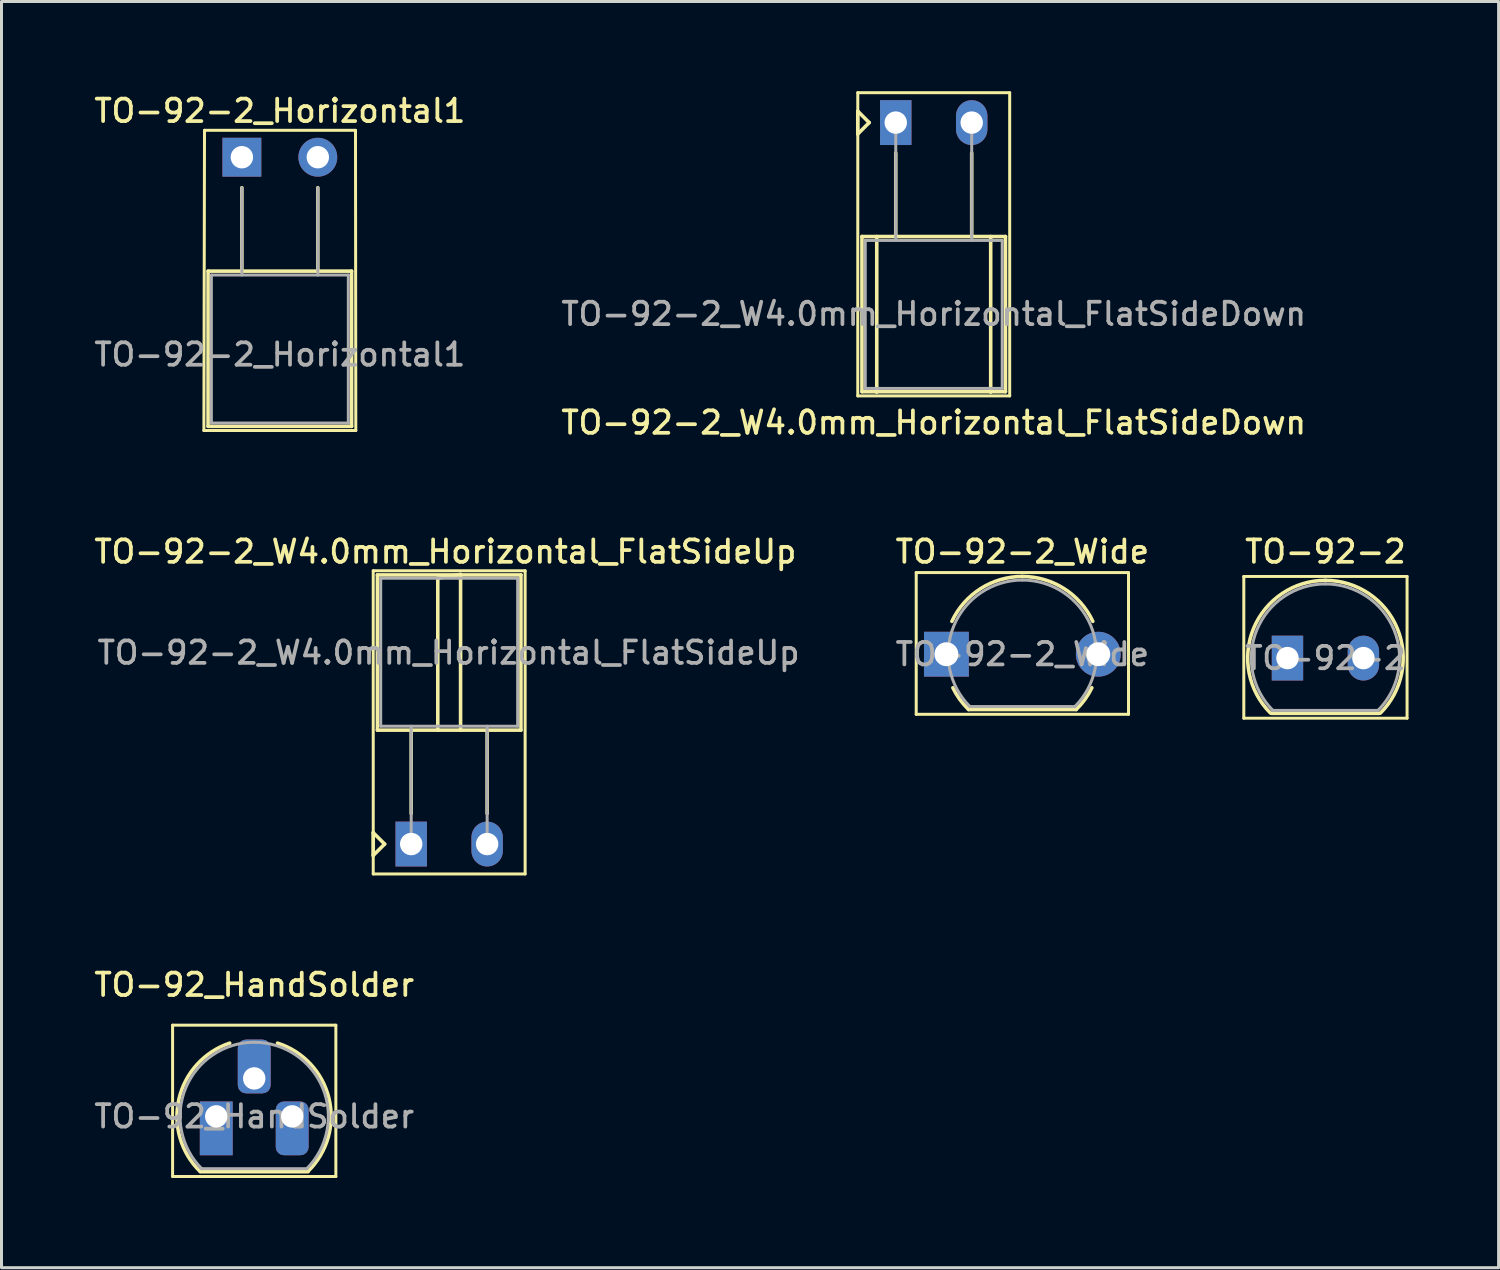
<source format=kicad_pcb>
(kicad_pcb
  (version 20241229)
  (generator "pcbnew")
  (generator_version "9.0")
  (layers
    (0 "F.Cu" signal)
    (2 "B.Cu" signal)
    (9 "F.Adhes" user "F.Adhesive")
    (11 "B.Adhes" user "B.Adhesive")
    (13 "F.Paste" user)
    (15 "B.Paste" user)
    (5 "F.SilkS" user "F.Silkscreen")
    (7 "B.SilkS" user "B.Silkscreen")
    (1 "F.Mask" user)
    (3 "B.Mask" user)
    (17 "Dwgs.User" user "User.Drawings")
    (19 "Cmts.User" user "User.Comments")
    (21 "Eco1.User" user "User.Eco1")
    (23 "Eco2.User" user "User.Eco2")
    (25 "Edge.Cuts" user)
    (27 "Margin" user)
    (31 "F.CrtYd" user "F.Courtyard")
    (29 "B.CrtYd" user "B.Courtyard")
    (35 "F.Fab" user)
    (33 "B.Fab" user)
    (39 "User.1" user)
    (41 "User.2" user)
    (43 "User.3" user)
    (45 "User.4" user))
  (footprint "TO-92-2_Wide"
    (layer "F.Cu")
    (at 28.601 18.829)
    (property "Reference" "TO-92-2_Wide" (at 2.54 -3.43 0) (layer "F.SilkS") (effects (font (size 0.75 0.75) (thickness 0.125))))
    (attr through_hole)
    (fp_line (start -1.01 -2.73) (end -1.01 2.01) (stroke (width 0.1) (type solid)) (layer "F.SilkS"))
    (fp_line (start -1.01 -2.73) (end 6.09 -2.73) (stroke (width 0.1) (type solid)) (layer "F.SilkS"))
    (fp_line (start 0.74 1.85) (end 4.34 1.85) (stroke (width 0.12) (type solid)) (layer "F.SilkS"))
    (fp_line (start 6.09 2.01) (end -1.01 2.01) (stroke (width 0.1) (type solid)) (layer "F.SilkS"))
    (fp_line (start 6.09 2.01) (end 6.09 -2.73) (stroke (width 0.1) (type solid)) (layer "F.SilkS"))
    (fp_arc (start 0.1836 -1.098807) (mid 1.143021 -2.192817) (end 2.54 -2.6) (stroke (width 0.12) (type solid)) (layer "F.SilkS"))
    (fp_arc (start 0.74 1.85) (mid 0.446097 1.509328) (end 0.215816 1.122795) (stroke (width 0.12) (type solid)) (layer "F.SilkS"))
    (fp_arc (start 2.54 -2.6) (mid 3.936979 -2.192818) (end 4.8964 -1.098807) (stroke (width 0.12) (type solid)) (layer "F.SilkS"))
    (fp_arc (start 4.864184 1.122795) (mid 4.633903 1.509328) (end 4.34 1.85) (stroke (width 0.12) (type solid)) (layer "F.SilkS"))
    (fp_line (start 0.8 1.75) (end 4.3 1.75) (stroke (width 0.1) (type solid)) (layer "F.Fab"))
    (fp_arc (start 0.786375 1.753625) (mid 0.248779 -0.949055) (end 2.54 -2.48) (stroke (width 0.1) (type solid)) (layer "F.Fab"))
    (fp_arc (start 2.54 -2.48) (mid 4.831221 -0.949055) (end 4.293625 1.753625) (stroke (width 0.1) (type solid)) (layer "F.Fab"))
    (fp_text user "${REFERENCE}" (at 2.54 0 0) (layer "F.Fab") (effects (font (size 0.75 0.75) (thickness 0.125))))
    (pad "1" thru_hole rect (at 0 0) (size 1.5 1.5) (drill 0.8) (layers "*.Cu" "*.Mask"))
    (pad "2" thru_hole circle (at 5.08 0) (size 1.5 1.5) (drill 0.8) (layers "*.Cu" "*.Mask")))
  (footprint "TO-92-2_W4.0mm_Horizontal_FlatSideUp"
    (layer "F.Cu")
    (at 10.702 25.178)
    (property "Reference" "TO-92-2_W4.0mm_Horizontal_FlatSideUp" (at 1.143 -9.779 0) (layer "F.SilkS") (effects (font (size 0.75 0.75) (thickness 0.125))))
    (attr through_hole)
    (fp_line (start -1.27 -9.14) (end -1.27 1) (stroke (width 0.1) (type solid)) (layer "F.SilkS"))
    (fp_line (start -1.27 -9.14) (end 3.81 -9.14) (stroke (width 0.1) (type solid)) (layer "F.SilkS"))
    (fp_line (start -1.27 -0.381) (end -1.27 0.381) (stroke (width 0.12) (type solid)) (layer "F.SilkS"))
    (fp_line (start -1.27 0.381) (end -0.889 0) (stroke (width 0.12) (type solid)) (layer "F.SilkS"))
    (fp_line (start -1.13 -9) (end -1.13 -3.81) (stroke (width 0.12) (type solid)) (layer "F.SilkS"))
    (fp_line (start -1.13 -3.81) (end 3.67 -3.81) (stroke (width 0.12) (type solid)) (layer "F.SilkS"))
    (fp_line (start -0.889 0) (end -1.27 -0.381) (stroke (width 0.12) (type solid)) (layer "F.SilkS"))
    (fp_line (start 0 -1.02) (end 0 -3.81) (stroke (width 0.12) (type solid)) (layer "F.SilkS"))
    (fp_line (start 0.889 -8.89) (end 1.651 -9.017) (stroke (width 0.12) (type solid)) (layer "F.SilkS"))
    (fp_line (start 0.889 -3.81) (end 0.889 -8.89) (stroke (width 0.12) (type solid)) (layer "F.SilkS"))
    (fp_line (start 1.651 -9.017) (end 1.651 -3.81) (stroke (width 0.12) (type solid)) (layer "F.SilkS"))
    (fp_line (start 2.54 -1.02) (end 2.54 -3.81) (stroke (width 0.12) (type solid)) (layer "F.SilkS"))
    (fp_line (start 3.67 -9) (end -1.13 -9) (stroke (width 0.12) (type solid)) (layer "F.SilkS"))
    (fp_line (start 3.67 -3.81) (end 3.67 -9) (stroke (width 0.12) (type solid)) (layer "F.SilkS"))
    (fp_line (start 3.81 1) (end -1.27 1) (stroke (width 0.1) (type solid)) (layer "F.SilkS"))
    (fp_line (start 3.81 1) (end 3.81 -9.14) (stroke (width 0.1) (type solid)) (layer "F.SilkS"))
    (fp_line (start -1.02 -8.89) (end -1.02 -3.94) (stroke (width 0.1) (type solid)) (layer "F.Fab"))
    (fp_line (start -1.02 -3.94) (end 3.56 -3.94) (stroke (width 0.1) (type solid)) (layer "F.Fab"))
    (fp_line (start 0 -3.94) (end 0 0) (stroke (width 0.1) (type solid)) (layer "F.Fab"))
    (fp_line (start 2.54 -3.94) (end 2.54 0) (stroke (width 0.1) (type solid)) (layer "F.Fab"))
    (fp_line (start 3.56 -8.89) (end -1.02 -8.89) (stroke (width 0.1) (type solid)) (layer "F.Fab"))
    (fp_line (start 3.56 -3.94) (end 3.56 -8.89) (stroke (width 0.1) (type solid)) (layer "F.Fab"))
    (fp_text user "${REFERENCE}" (at 1.25 -6.4 0) (layer "F.Fab") (effects (font (size 0.75 0.75) (thickness 0.125))))
    (pad "1" thru_hole rect (at 0 0) (size 1.05 1.5) (drill 0.75) (layers "*.Cu" "*.Mask"))
    (pad "2" thru_hole oval (at 2.54 0) (size 1.05 1.5) (drill 0.75) (layers "*.Cu" "*.Mask")))
  (footprint "TO-92-2_Horizontal1"
    (layer "F.Cu")
    (at 5.039 2.208)
    (property "Reference" "TO-92-2_Horizontal1" (at 1.27 -1.55 0) (layer "F.SilkS") (effects (font (size 0.75 0.75) (thickness 0.125))))
    (attr through_hole)
    (fp_line (start -1.25 -0.9) (end -1.27 9.14) (stroke (width 0.1) (type solid)) (layer "F.SilkS"))
    (fp_line (start -1.25 -0.9) (end 3.8 -0.9) (stroke (width 0.1) (type solid)) (layer "F.SilkS"))
    (fp_line (start -1.13 3.81) (end 3.67 3.81) (stroke (width 0.12) (type solid)) (layer "F.SilkS"))
    (fp_line (start -1.13 9) (end -1.13 3.81) (stroke (width 0.12) (type solid)) (layer "F.SilkS"))
    (fp_line (start 0 1.02) (end 0 3.81) (stroke (width 0.12) (type solid)) (layer "F.SilkS"))
    (fp_line (start 2.54 1.02) (end 2.54 3.81) (stroke (width 0.12) (type solid)) (layer "F.SilkS"))
    (fp_line (start 3.67 3.81) (end 3.67 9) (stroke (width 0.12) (type solid)) (layer "F.SilkS"))
    (fp_line (start 3.67 9) (end -1.13 9) (stroke (width 0.12) (type solid)) (layer "F.SilkS"))
    (fp_line (start 3.81 9.14) (end -1.27 9.14) (stroke (width 0.1) (type solid)) (layer "F.SilkS"))
    (fp_line (start 3.81 9.14) (end 3.8 -0.9) (stroke (width 0.1) (type solid)) (layer "F.SilkS"))
    (fp_line (start -1.02 3.94) (end 3.56 3.94) (stroke (width 0.1) (type solid)) (layer "F.Fab"))
    (fp_line (start -1.02 8.89) (end -1.02 3.94) (stroke (width 0.1) (type solid)) (layer "F.Fab"))
    (fp_line (start 0 3.94) (end 0 1.02) (stroke (width 0.1) (type solid)) (layer "F.Fab"))
    (fp_line (start 2.54 3.94) (end 2.54 1.02) (stroke (width 0.1) (type solid)) (layer "F.Fab"))
    (fp_line (start 3.56 3.94) (end 3.56 8.89) (stroke (width 0.1) (type solid)) (layer "F.Fab"))
    (fp_line (start 3.56 8.89) (end -1.02 8.89) (stroke (width 0.1) (type solid)) (layer "F.Fab"))
    (fp_text user "${REFERENCE}" (at 1.27 6.6 0) (layer "F.Fab") (effects (font (size 0.75 0.75) (thickness 0.125))))
    (pad "1" thru_hole rect (at 0 0 90) (size 1.3 1.3) (drill 0.75) (layers "*.Cu" "*.Mask"))
    (pad "2" thru_hole circle (at 2.54 0 90) (size 1.3 1.3) (drill 0.75) (layers "*.Cu" "*.Mask")))
  (footprint "TO-92_HandSolder"
    (layer "F.Cu")
    (at 4.182 34.286)
    (property "Reference" "TO-92_HandSolder" (at 1.27 -4.4 0) (layer "F.SilkS") (effects (font (size 0.75 0.75) (thickness 0.125))))
    (attr through_hole)
    (fp_line (start -1.46 -3.05) (end -1.46 2.01) (stroke (width 0.1) (type solid)) (layer "F.SilkS"))
    (fp_line (start -1.46 -3.05) (end 4 -3.05) (stroke (width 0.1) (type solid)) (layer "F.SilkS"))
    (fp_line (start -0.53 1.85) (end 3.07 1.85) (stroke (width 0.12) (type solid)) (layer "F.SilkS"))
    (fp_line (start 4 2.01) (end -1.46 2.01) (stroke (width 0.1) (type solid)) (layer "F.SilkS"))
    (fp_line (start 4 2.01) (end 4 -3.05) (stroke (width 0.1) (type solid)) (layer "F.SilkS"))
    (fp_arc (start -0.541875 1.841741) (mid -1.247231 -0.581764) (end 0.45 -2.45) (stroke (width 0.12) (type solid)) (layer "F.SilkS"))
    (fp_arc (start 2.05 -2.45) (mid 3.769931 -0.601036) (end 3.078445 1.827684) (stroke (width 0.12) (type solid)) (layer "F.SilkS"))
    (fp_line (start -0.5 1.75) (end 3 1.75) (stroke (width 0.1) (type solid)) (layer "F.Fab"))
    (fp_arc (start -0.483625 1.753625) (mid -1.021221 -0.949055) (end 1.27 -2.48) (stroke (width 0.1) (type solid)) (layer "F.Fab"))
    (fp_arc (start 1.27 -2.48) (mid 3.561221 -0.949055) (end 3.023625 1.753625) (stroke (width 0.1) (type solid)) (layer "F.Fab"))
    (fp_text user "${REFERENCE}" (at 1.27 0 0) (layer "F.Fab") (effects (font (size 0.75 0.75) (thickness 0.125))))
    (pad "1" thru_hole rect (at 0 0) (size 1.1 1.8) (drill 0.75 (offset 0 0.4)) (layers "*.Cu" "*.Mask"))
    (pad "2" thru_hole roundrect (at 1.27 -1.27) (size 1.1 1.8) (drill 0.75 (offset 0 -0.4)) (layers "*.Cu" "*.Mask") (roundrect_rratio 0.25))
    (pad "3" thru_hole roundrect (at 2.54 0) (size 1.1 1.8) (drill 0.75 (offset 0 0.4)) (layers "*.Cu" "*.Mask") (roundrect_rratio 0.25)))
  (footprint "TO-92-2"
    (layer "F.Cu")
    (at 40.007 18.959)
    (property "Reference" "TO-92-2" (at 1.27 -3.56 0) (layer "F.SilkS") (effects (font (size 0.75 0.75) (thickness 0.125))))
    (attr through_hole)
    (fp_line (start -1.46 -2.73) (end -1.46 2.01) (stroke (width 0.1) (type solid)) (layer "F.SilkS"))
    (fp_line (start -1.46 -2.73) (end 4 -2.73) (stroke (width 0.1) (type solid)) (layer "F.SilkS"))
    (fp_line (start -0.53 1.85) (end 3.07 1.85) (stroke (width 0.12) (type solid)) (layer "F.SilkS"))
    (fp_line (start 4 2.01) (end -1.46 2.01) (stroke (width 0.1) (type solid)) (layer "F.SilkS"))
    (fp_line (start 4 2.01) (end 4 -2.73) (stroke (width 0.1) (type solid)) (layer "F.SilkS"))
    (fp_arc (start -0.568478 1.838478) (mid -1.132087 -0.994977) (end 1.27 -2.6) (stroke (width 0.12) (type solid)) (layer "F.SilkS"))
    (fp_arc (start 1.27 -2.6) (mid 3.672087 -0.994977) (end 3.108478 1.838478) (stroke (width 0.12) (type solid)) (layer "F.SilkS"))
    (fp_line (start -0.5 1.75) (end 3 1.75) (stroke (width 0.1) (type solid)) (layer "F.Fab"))
    (fp_arc (start -0.483625 1.753625) (mid -1.021221 -0.949055) (end 1.27 -2.48) (stroke (width 0.1) (type solid)) (layer "F.Fab"))
    (fp_arc (start 1.27 -2.48) (mid 3.561221 -0.949055) (end 3.023625 1.753625) (stroke (width 0.1) (type solid)) (layer "F.Fab"))
    (fp_text user "${REFERENCE}" (at 1.27 0 0) (layer "F.Fab") (effects (font (size 0.75 0.75) (thickness 0.125))))
    (pad "1" thru_hole rect (at 0 0) (size 1.05 1.5) (drill 0.75) (layers "*.Cu" "*.Mask"))
    (pad "2" thru_hole oval (at 2.54 0) (size 1.05 1.5) (drill 0.75) (layers "*.Cu" "*.Mask")))
  (footprint "TO-92-2_W4.0mm_Horizontal_FlatSideDown"
    (layer "F.Cu")
    (at 26.907 1.05)
    (property "Reference" "TO-92-2_W4.0mm_Horizontal_FlatSideDown" (at 1.27 10.033 0) (layer "F.SilkS") (effects (font (size 0.75 0.75) (thickness 0.125))))
    (attr through_hole)
    (fp_line (start -1.27 -1) (end -1.27 9.14) (stroke (width 0.1) (type solid)) (layer "F.SilkS"))
    (fp_line (start -1.27 -1) (end 3.81 -1) (stroke (width 0.1) (type solid)) (layer "F.SilkS"))
    (fp_line (start -1.27 -0.381) (end -1.27 0.381) (stroke (width 0.12) (type solid)) (layer "F.SilkS"))
    (fp_line (start -1.27 0.381) (end -0.889 0) (stroke (width 0.12) (type solid)) (layer "F.SilkS"))
    (fp_line (start -1.13 3.81) (end 3.67 3.81) (stroke (width 0.12) (type solid)) (layer "F.SilkS"))
    (fp_line (start -1.13 9) (end -1.13 3.81) (stroke (width 0.12) (type solid)) (layer "F.SilkS"))
    (fp_line (start -0.889 0) (end -1.27 -0.381) (stroke (width 0.12) (type solid)) (layer "F.SilkS"))
    (fp_line (start -0.635 3.81) (end -0.635 9.017) (stroke (width 0.12) (type solid)) (layer "F.SilkS"))
    (fp_line (start 0 1.02) (end 0 3.81) (stroke (width 0.12) (type solid)) (layer "F.SilkS"))
    (fp_line (start 2.54 1.02) (end 2.54 3.81) (stroke (width 0.12) (type solid)) (layer "F.SilkS"))
    (fp_line (start 3.175 3.81) (end 3.175 9.017) (stroke (width 0.12) (type solid)) (layer "F.SilkS"))
    (fp_line (start 3.67 3.81) (end 3.67 9) (stroke (width 0.12) (type solid)) (layer "F.SilkS"))
    (fp_line (start 3.67 9) (end -1.13 9) (stroke (width 0.12) (type solid)) (layer "F.SilkS"))
    (fp_line (start 3.81 9.14) (end -1.27 9.14) (stroke (width 0.1) (type solid)) (layer "F.SilkS"))
    (fp_line (start 3.81 9.14) (end 3.81 -1) (stroke (width 0.1) (type solid)) (layer "F.SilkS"))
    (fp_line (start -1.02 3.94) (end 3.56 3.94) (stroke (width 0.1) (type solid)) (layer "F.Fab"))
    (fp_line (start -1.02 8.89) (end -1.02 3.94) (stroke (width 0.1) (type solid)) (layer "F.Fab"))
    (fp_line (start 0 3.94) (end 0 0) (stroke (width 0.1) (type solid)) (layer "F.Fab"))
    (fp_line (start 2.54 3.94) (end 2.54 0) (stroke (width 0.1) (type solid)) (layer "F.Fab"))
    (fp_line (start 3.56 3.94) (end 3.56 8.89) (stroke (width 0.1) (type solid)) (layer "F.Fab"))
    (fp_line (start 3.56 8.89) (end -1.02 8.89) (stroke (width 0.1) (type solid)) (layer "F.Fab"))
    (fp_text user "${REFERENCE}" (at 1.27 6.4 0) (layer "F.Fab") (effects (font (size 0.75 0.75) (thickness 0.125))))
    (pad "1" thru_hole rect (at 0 0) (size 1.05 1.5) (drill 0.75) (layers "*.Cu" "*.Mask"))
    (pad "3" thru_hole oval (at 2.54 0) (size 1.05 1.5) (drill 0.75) (layers "*.Cu" "*.Mask")))
  (gr_rect
    (start -3 -3)
    (end 47.068 39.346)
    (stroke (width 0.1) (type default))
    (fill no)
    (layer "Edge.Cuts")))
</source>
